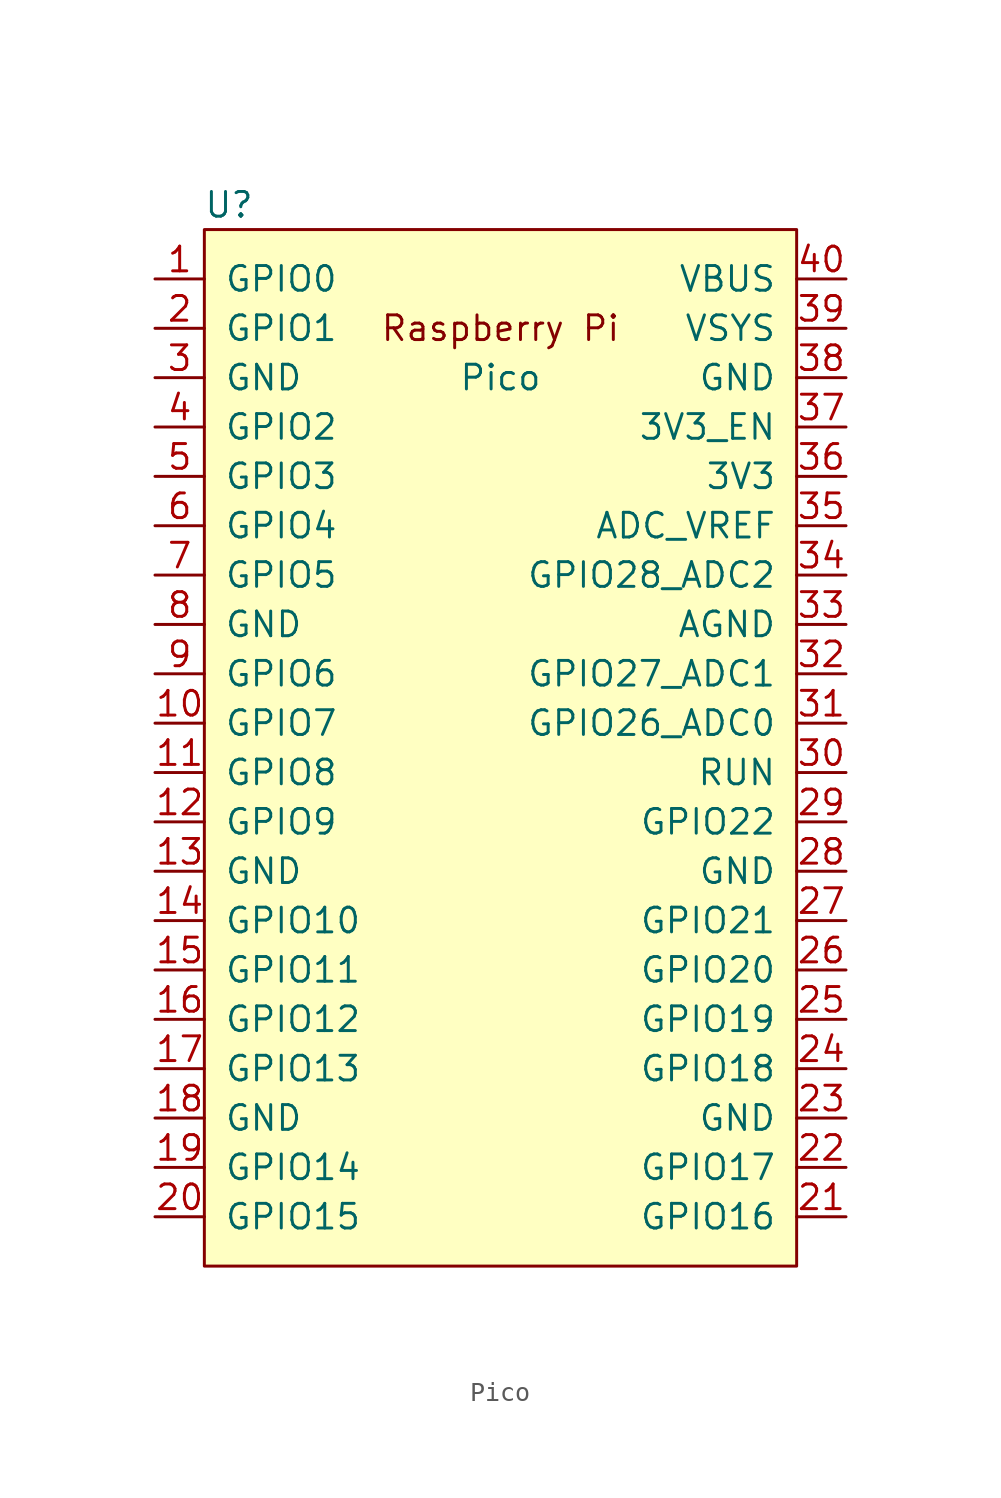
<source format=kicad_sym>
(kicad_symbol_lib
  (version 20220914)
  (generator kicad_symbol_editor)
  (symbol "Pico"
    (pin_names
      (offset 1.016))
    (property "Reference" "U"
      (at -13.97 27.94 0)
      (effects (font (size 1.27 1.27))))
    (property "Value" "Pico"
      (at 0 19.05 0)
      (effects (font (size 1.27 1.27))))
    (symbol "Pico_0_0"
      (text "Raspberry Pi" (at 0 21.59 0) (effects (font (size 1.27 1.27)))))
    (symbol "Pico_0_1"
      (rectangle (start -15.24 26.67) (end 15.24 -26.67) (stroke (width 0) (type default)) (fill (type background))))
    (symbol "Pico_1_1"
      (pin bidirectional line (at -17.78 24.13 0) (length 2.54) (name "GPIO0" (effects (font (size 1.27 1.27)))) (number "1" (effects (font (size 1.27 1.27)))))
      (pin bidirectional line (at -17.78 1.27 0) (length 2.54) (name "GPIO7" (effects (font (size 1.27 1.27)))) (number "10" (effects (font (size 1.27 1.27)))))
      (pin bidirectional line (at -17.78 -1.27 0) (length 2.54) (name "GPIO8" (effects (font (size 1.27 1.27)))) (number "11" (effects (font (size 1.27 1.27)))))
      (pin bidirectional line (at -17.78 -3.81 0) (length 2.54) (name "GPIO9" (effects (font (size 1.27 1.27)))) (number "12" (effects (font (size 1.27 1.27)))))
      (pin power_in line (at -17.78 -6.35 0) (length 2.54) (name "GND" (effects (font (size 1.27 1.27)))) (number "13" (effects (font (size 1.27 1.27)))))
      (pin bidirectional line (at -17.78 -8.89 0) (length 2.54) (name "GPIO10" (effects (font (size 1.27 1.27)))) (number "14" (effects (font (size 1.27 1.27)))))
      (pin bidirectional line (at -17.78 -11.43 0) (length 2.54) (name "GPIO11" (effects (font (size 1.27 1.27)))) (number "15" (effects (font (size 1.27 1.27)))))
      (pin bidirectional line (at -17.78 -13.97 0) (length 2.54) (name "GPIO12" (effects (font (size 1.27 1.27)))) (number "16" (effects (font (size 1.27 1.27)))))
      (pin bidirectional line (at -17.78 -16.51 0) (length 2.54) (name "GPIO13" (effects (font (size 1.27 1.27)))) (number "17" (effects (font (size 1.27 1.27)))))
      (pin power_in line (at -17.78 -19.05 0) (length 2.54) (name "GND" (effects (font (size 1.27 1.27)))) (number "18" (effects (font (size 1.27 1.27)))))
      (pin bidirectional line (at -17.78 -21.59 0) (length 2.54) (name "GPIO14" (effects (font (size 1.27 1.27)))) (number "19" (effects (font (size 1.27 1.27)))))
      (pin bidirectional line (at -17.78 21.59 0) (length 2.54) (name "GPIO1" (effects (font (size 1.27 1.27)))) (number "2" (effects (font (size 1.27 1.27)))))
      (pin bidirectional line (at -17.78 -24.13 0) (length 2.54) (name "GPIO15" (effects (font (size 1.27 1.27)))) (number "20" (effects (font (size 1.27 1.27)))))
      (pin bidirectional line (at 17.78 -24.13 180) (length 2.54) (name "GPIO16" (effects (font (size 1.27 1.27)))) (number "21" (effects (font (size 1.27 1.27)))))
      (pin bidirectional line (at 17.78 -21.59 180) (length 2.54) (name "GPIO17" (effects (font (size 1.27 1.27)))) (number "22" (effects (font (size 1.27 1.27)))))
      (pin power_in line (at 17.78 -19.05 180) (length 2.54) (name "GND" (effects (font (size 1.27 1.27)))) (number "23" (effects (font (size 1.27 1.27)))))
      (pin bidirectional line (at 17.78 -16.51 180) (length 2.54) (name "GPIO18" (effects (font (size 1.27 1.27)))) (number "24" (effects (font (size 1.27 1.27)))))
      (pin bidirectional line (at 17.78 -13.97 180) (length 2.54) (name "GPIO19" (effects (font (size 1.27 1.27)))) (number "25" (effects (font (size 1.27 1.27)))))
      (pin bidirectional line (at 17.78 -11.43 180) (length 2.54) (name "GPIO20" (effects (font (size 1.27 1.27)))) (number "26" (effects (font (size 1.27 1.27)))))
      (pin bidirectional line (at 17.78 -8.89 180) (length 2.54) (name "GPIO21" (effects (font (size 1.27 1.27)))) (number "27" (effects (font (size 1.27 1.27)))))
      (pin power_in line (at 17.78 -6.35 180) (length 2.54) (name "GND" (effects (font (size 1.27 1.27)))) (number "28" (effects (font (size 1.27 1.27)))))
      (pin bidirectional line (at 17.78 -3.81 180) (length 2.54) (name "GPIO22" (effects (font (size 1.27 1.27)))) (number "29" (effects (font (size 1.27 1.27)))))
      (pin power_in line (at -17.78 19.05 0) (length 2.54) (name "GND" (effects (font (size 1.27 1.27)))) (number "3" (effects (font (size 1.27 1.27)))))
      (pin input line (at 17.78 -1.27 180) (length 2.54) (name "RUN" (effects (font (size 1.27 1.27)))) (number "30" (effects (font (size 1.27 1.27)))))
      (pin bidirectional line (at 17.78 1.27 180) (length 2.54) (name "GPIO26_ADC0" (effects (font (size 1.27 1.27)))) (number "31" (effects (font (size 1.27 1.27)))))
      (pin bidirectional line (at 17.78 3.81 180) (length 2.54) (name "GPIO27_ADC1" (effects (font (size 1.27 1.27)))) (number "32" (effects (font (size 1.27 1.27)))))
      (pin power_in line (at 17.78 6.35 180) (length 2.54) (name "AGND" (effects (font (size 1.27 1.27)))) (number "33" (effects (font (size 1.27 1.27)))))
      (pin bidirectional line (at 17.78 8.89 180) (length 2.54) (name "GPIO28_ADC2" (effects (font (size 1.27 1.27)))) (number "34" (effects (font (size 1.27 1.27)))))
      (pin power_in line (at 17.78 11.43 180) (length 2.54) (name "ADC_VREF" (effects (font (size 1.27 1.27)))) (number "35" (effects (font (size 1.27 1.27)))))
      (pin power_in line (at 17.78 13.97 180) (length 2.54) (name "3V3" (effects (font (size 1.27 1.27)))) (number "36" (effects (font (size 1.27 1.27)))))
      (pin input line (at 17.78 16.51 180) (length 2.54) (name "3V3_EN" (effects (font (size 1.27 1.27)))) (number "37" (effects (font (size 1.27 1.27)))))
      (pin power_in line (at 17.78 19.05 180) (length 2.54) (name "GND" (effects (font (size 1.27 1.27)))) (number "38" (effects (font (size 1.27 1.27)))))
      (pin power_in line (at 17.78 21.59 180) (length 2.54) (name "VSYS" (effects (font (size 1.27 1.27)))) (number "39" (effects (font (size 1.27 1.27)))))
      (pin bidirectional line (at -17.78 16.51 0) (length 2.54) (name "GPIO2" (effects (font (size 1.27 1.27)))) (number "4" (effects (font (size 1.27 1.27)))))
      (pin power_in line (at 17.78 24.13 180) (length 2.54) (name "VBUS" (effects (font (size 1.27 1.27)))) (number "40" (effects (font (size 1.27 1.27)))))
      (pin bidirectional line (at -17.78 13.97 0) (length 2.54) (name "GPIO3" (effects (font (size 1.27 1.27)))) (number "5" (effects (font (size 1.27 1.27)))))
      (pin bidirectional line (at -17.78 11.43 0) (length 2.54) (name "GPIO4" (effects (font (size 1.27 1.27)))) (number "6" (effects (font (size 1.27 1.27)))))
      (pin bidirectional line (at -17.78 8.89 0) (length 2.54) (name "GPIO5" (effects (font (size 1.27 1.27)))) (number "7" (effects (font (size 1.27 1.27)))))
      (pin power_in line (at -17.78 6.35 0) (length 2.54) (name "GND" (effects (font (size 1.27 1.27)))) (number "8" (effects (font (size 1.27 1.27)))))
      (pin bidirectional line (at -17.78 3.81 0) (length 2.54) (name "GPIO6" (effects (font (size 1.27 1.27)))) (number "9" (effects (font (size 1.27 1.27))))))))
</source>
